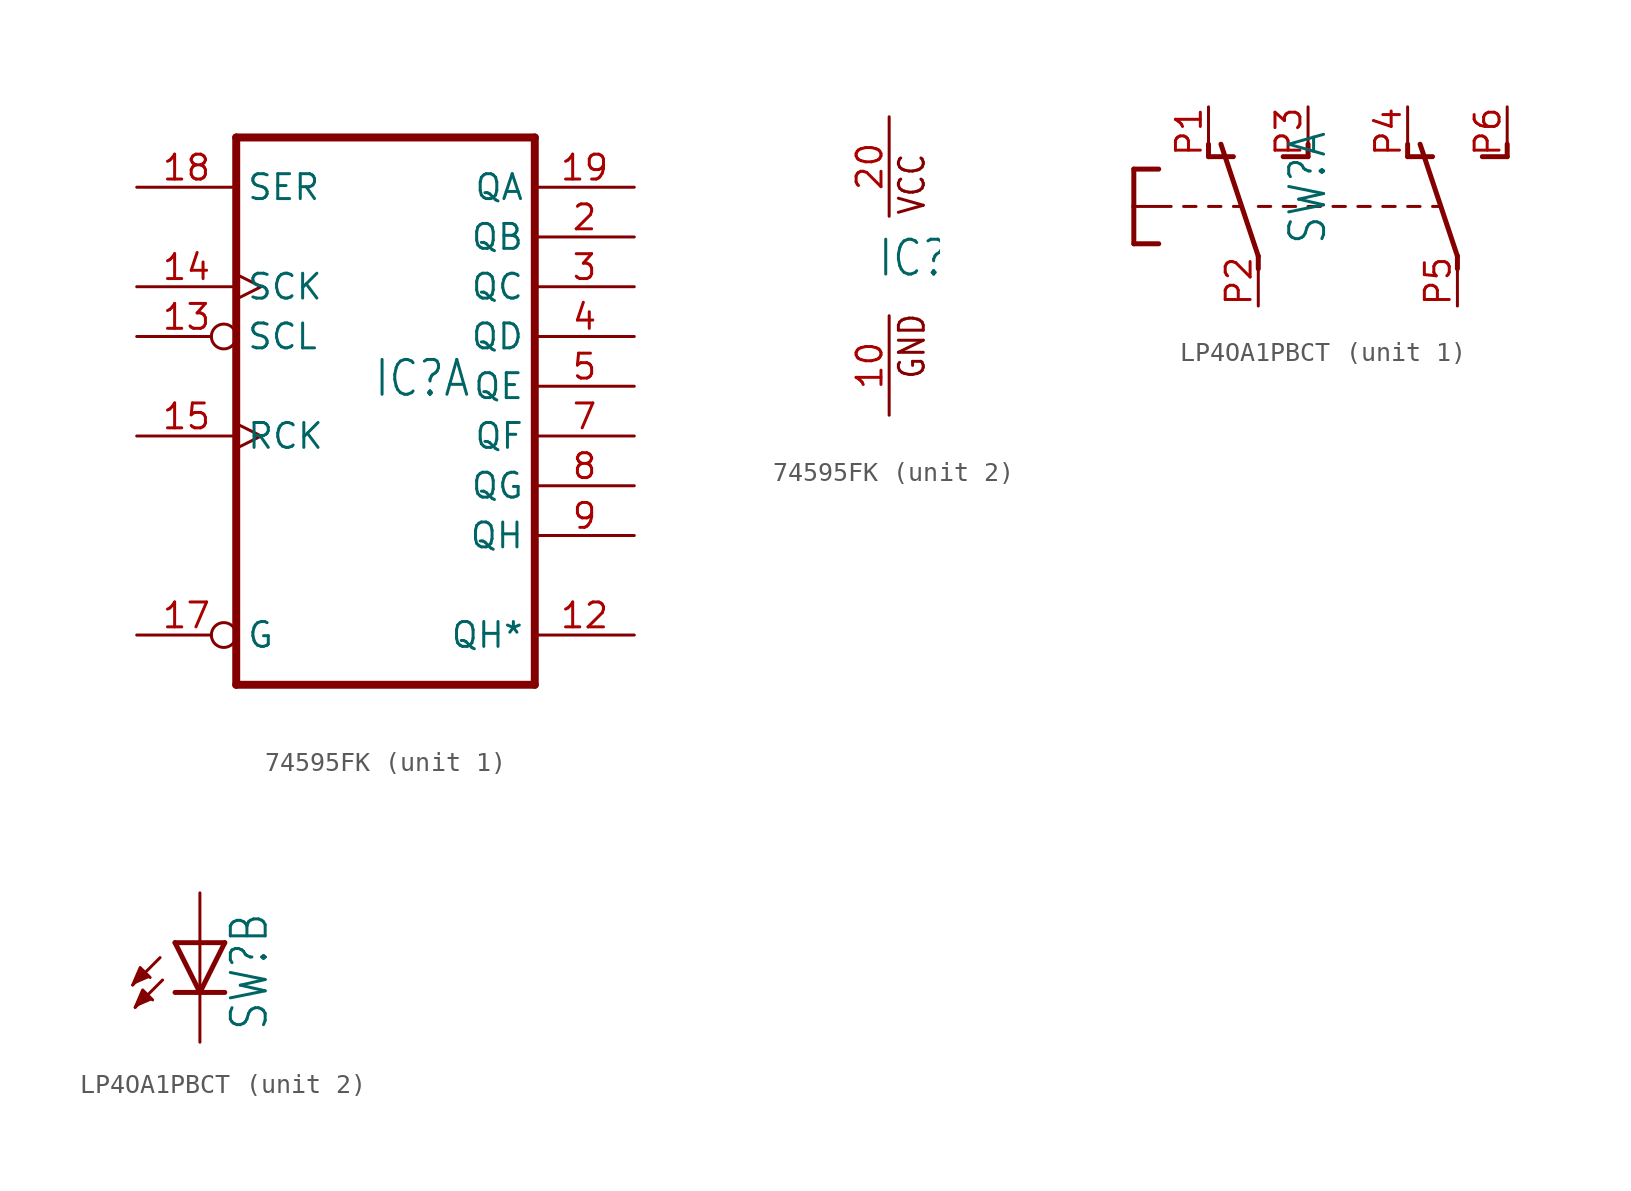
<source format=kicad_sym>
(kicad_symbol_lib
  (version 20231120)
  (generator "kicad_symbol_editor")
  (generator_version "8.0")
  (symbol "74595FK"
    (property "Reference" "IC"
      (at -0.635 -0.635 0)
      (effects (font (size 1.778 1.511)) (justify left bottom)))
    (property "ki_locked" ""
      (at 0 0 0)
      (effects (font (size 1.27 1.27))))
    (symbol "74595FK_1_0"
      (polyline (pts (xy -7.62 -15.24) (xy 7.62 -15.24)) (stroke (width 0.406) (type solid)) (fill (type none)))
      (polyline (pts (xy -7.62 12.7) (xy -7.62 -15.24)) (stroke (width 0.406) (type solid)) (fill (type none)))
      (polyline (pts (xy 7.62 -15.24) (xy 7.62 12.7)) (stroke (width 0.406) (type solid)) (fill (type none)))
      (polyline (pts (xy 7.62 12.7) (xy -7.62 12.7)) (stroke (width 0.406) (type solid)) (fill (type none)))
      (pin tri_state line (at 12.7 -12.7 180) (length 5.08) (name "QH*" (effects (font (size 1.27 1.27)))) (number "12" (effects (font (size 1.27 1.27)))))
      (pin input inverted (at -12.7 2.54 0) (length 5.08) (name "SCL" (effects (font (size 1.27 1.27)))) (number "13" (effects (font (size 1.27 1.27)))))
      (pin input clock (at -12.7 5.08 0) (length 5.08) (name "SCK" (effects (font (size 1.27 1.27)))) (number "14" (effects (font (size 1.27 1.27)))))
      (pin input clock (at -12.7 -2.54 0) (length 5.08) (name "RCK" (effects (font (size 1.27 1.27)))) (number "15" (effects (font (size 1.27 1.27)))))
      (pin input inverted (at -12.7 -12.7 0) (length 5.08) (name "G" (effects (font (size 1.27 1.27)))) (number "17" (effects (font (size 1.27 1.27)))))
      (pin input line (at -12.7 10.16 0) (length 5.08) (name "SER" (effects (font (size 1.27 1.27)))) (number "18" (effects (font (size 1.27 1.27)))))
      (pin tri_state line (at 12.7 10.16 180) (length 5.08) (name "QA" (effects (font (size 1.27 1.27)))) (number "19" (effects (font (size 1.27 1.27)))))
      (pin tri_state line (at 12.7 7.62 180) (length 5.08) (name "QB" (effects (font (size 1.27 1.27)))) (number "2" (effects (font (size 1.27 1.27)))))
      (pin tri_state line (at 12.7 5.08 180) (length 5.08) (name "QC" (effects (font (size 1.27 1.27)))) (number "3" (effects (font (size 1.27 1.27)))))
      (pin tri_state line (at 12.7 2.54 180) (length 5.08) (name "QD" (effects (font (size 1.27 1.27)))) (number "4" (effects (font (size 1.27 1.27)))))
      (pin tri_state line (at 12.7 0 180) (length 5.08) (name "QE" (effects (font (size 1.27 1.27)))) (number "5" (effects (font (size 1.27 1.27)))))
      (pin tri_state line (at 12.7 -2.54 180) (length 5.08) (name "QF" (effects (font (size 1.27 1.27)))) (number "7" (effects (font (size 1.27 1.27)))))
      (pin tri_state line (at 12.7 -5.08 180) (length 5.08) (name "QG" (effects (font (size 1.27 1.27)))) (number "8" (effects (font (size 1.27 1.27)))))
      (pin tri_state line (at 12.7 -7.62 180) (length 5.08) (name "QH" (effects (font (size 1.27 1.27)))) (number "9" (effects (font (size 1.27 1.27))))))
    (symbol "74595FK_2_0"
      (text "GND" (at 1.905 -5.842 900) (effects (font (size 1.27 1.079)) (justify left bottom)))
      (text "VCC" (at 1.905 2.54 900) (effects (font (size 1.27 1.079)) (justify left bottom)))
      (pin power_in line (at 0 -7.62 90) (length 5.08) (name "GND" (effects (font (size 0 0)))) (number "10" (effects (font (size 1.27 1.27)))))
      (pin power_in line (at 0 7.62 270) (length 5.08) (name "VCC" (effects (font (size 0 0)))) (number "20" (effects (font (size 1.27 1.27)))))))
  (symbol "LP4OA1PBCT"
    (property "Reference" "SW"
      (at 3.556 -2.032 90)
      (effects (font (size 1.778 1.511)) (justify left bottom)))
    (property "Value" ""
      (at 5.715 -2.032 90)
      (effects (font (size 1.778 1.511)) (justify left bottom)))
    (property "ki_locked" ""
      (at 0 0 0)
      (effects (font (size 1.27 1.27))))
    (symbol "LP4OA1PBCT_1_0"
      (polyline (pts (xy -6.35 -1.905) (xy -5.08 -1.905)) (stroke (width 0.254) (type solid)) (fill (type none)))
      (polyline (pts (xy -6.35 0) (xy -6.35 -1.905)) (stroke (width 0.254) (type solid)) (fill (type none)))
      (polyline (pts (xy -6.35 0) (xy -4.445 0)) (stroke (width 0.152) (type solid)) (fill (type none)))
      (polyline (pts (xy -6.35 1.905) (xy -6.35 0)) (stroke (width 0.254) (type solid)) (fill (type none)))
      (polyline (pts (xy -6.35 1.905) (xy -5.08 1.905)) (stroke (width 0.254) (type solid)) (fill (type none)))
      (polyline (pts (xy -3.175 0) (xy -3.81 0)) (stroke (width 0.152) (type solid)) (fill (type none)))
      (polyline (pts (xy -2.54 2.54) (xy -2.54 3.175)) (stroke (width 0.254) (type solid)) (fill (type none)))
      (polyline (pts (xy -2.54 2.54) (xy -1.27 2.54)) (stroke (width 0.254) (type solid)) (fill (type none)))
      (polyline (pts (xy -1.905 0) (xy -2.54 0)) (stroke (width 0.152) (type solid)) (fill (type none)))
      (polyline (pts (xy -0.889 0) (xy -1.27 0)) (stroke (width 0.152) (type solid)) (fill (type none)))
      (polyline (pts (xy 0 -3.175) (xy 0 -2.54)) (stroke (width 0.254) (type solid)) (fill (type none)))
      (polyline (pts (xy 0 -2.54) (xy -1.905 3.175)) (stroke (width 0.254) (type solid)) (fill (type none)))
      (polyline (pts (xy 0.635 0) (xy 0 0)) (stroke (width 0.152) (type solid)) (fill (type none)))
      (polyline (pts (xy 1.27 2.54) (xy 2.54 2.54)) (stroke (width 0.254) (type solid)) (fill (type none)))
      (polyline (pts (xy 1.905 0) (xy 1.27 0)) (stroke (width 0.152) (type solid)) (fill (type none)))
      (polyline (pts (xy 2.54 2.54) (xy 2.54 3.175)) (stroke (width 0.254) (type solid)) (fill (type none)))
      (polyline (pts (xy 3.175 0) (xy 2.54 0)) (stroke (width 0.152) (type solid)) (fill (type none)))
      (polyline (pts (xy 4.445 0) (xy 3.81 0)) (stroke (width 0.152) (type solid)) (fill (type none)))
      (polyline (pts (xy 5.715 0) (xy 5.08 0)) (stroke (width 0.152) (type solid)) (fill (type none)))
      (polyline (pts (xy 6.985 0) (xy 6.35 0)) (stroke (width 0.152) (type solid)) (fill (type none)))
      (polyline (pts (xy 7.62 2.54) (xy 7.62 3.175)) (stroke (width 0.254) (type solid)) (fill (type none)))
      (polyline (pts (xy 7.62 2.54) (xy 8.89 2.54)) (stroke (width 0.254) (type solid)) (fill (type none)))
      (polyline (pts (xy 8.255 0) (xy 7.62 0)) (stroke (width 0.152) (type solid)) (fill (type none)))
      (polyline (pts (xy 9.271 0) (xy 8.89 0)) (stroke (width 0.152) (type solid)) (fill (type none)))
      (polyline (pts (xy 10.16 -3.175) (xy 10.16 -2.54)) (stroke (width 0.254) (type solid)) (fill (type none)))
      (polyline (pts (xy 10.16 -2.54) (xy 8.255 3.175)) (stroke (width 0.254) (type solid)) (fill (type none)))
      (polyline (pts (xy 11.43 2.54) (xy 12.7 2.54)) (stroke (width 0.254) (type solid)) (fill (type none)))
      (polyline (pts (xy 12.7 2.54) (xy 12.7 3.175)) (stroke (width 0.254) (type solid)) (fill (type none)))
      (pin passive line (at -2.54 5.08 270) (length 2.54) (name "A1" (effects (font (size 0 0)))) (number "P1" (effects (font (size 1.27 1.27)))))
      (pin passive line (at 0 -5.08 90) (length 2.54) (name "A2" (effects (font (size 0 0)))) (number "P2" (effects (font (size 1.27 1.27)))))
      (pin passive line (at 2.54 5.08 270) (length 2.54) (name "A3" (effects (font (size 0 0)))) (number "P3" (effects (font (size 1.27 1.27)))))
      (pin passive line (at 7.62 5.08 270) (length 2.54) (name "B1" (effects (font (size 0 0)))) (number "P4" (effects (font (size 1.27 1.27)))))
      (pin passive line (at 10.16 -5.08 90) (length 2.54) (name "B2" (effects (font (size 0 0)))) (number "P5" (effects (font (size 1.27 1.27)))))
      (pin passive line (at 12.7 5.08 270) (length 2.54) (name "B3" (effects (font (size 0 0)))) (number "P6" (effects (font (size 1.27 1.27))))))
    (symbol "LP4OA1PBCT_2_0"
      (polyline (pts (xy -2.032 1.778) (xy -3.429 0.381)) (stroke (width 0.152) (type solid)) (fill (type none)))
      (polyline (pts (xy -1.905 0.635) (xy -3.302 -0.762)) (stroke (width 0.152) (type solid)) (fill (type none)))
      (polyline (pts (xy 0 0) (xy -1.27 0)) (stroke (width 0.254) (type solid)) (fill (type none)))
      (polyline (pts (xy 0 0) (xy -1.27 2.54)) (stroke (width 0.254) (type solid)) (fill (type none)))
      (polyline (pts (xy 0 2.54) (xy -1.27 2.54)) (stroke (width 0.254) (type solid)) (fill (type none)))
      (polyline (pts (xy 0 2.54) (xy 0 0)) (stroke (width 0.152) (type solid)) (fill (type none)))
      (polyline (pts (xy 1.27 0) (xy 0 0)) (stroke (width 0.254) (type solid)) (fill (type none)))
      (polyline (pts (xy 1.27 2.54) (xy 0 0)) (stroke (width 0.254) (type solid)) (fill (type none)))
      (polyline (pts (xy 1.27 2.54) (xy 0 2.54)) (stroke (width 0.254) (type solid)) (fill (type none)))
      (polyline (pts (xy -3.429 0.381) (xy -3.048 1.27) (xy -2.54 0.762)) (stroke (width 0.152) (type solid)) (fill (type outline)))
      (polyline (pts (xy -3.302 -0.762) (xy -2.921 0.127) (xy -2.413 -0.381)) (stroke (width 0.152) (type solid)) (fill (type outline)))
      (pin passive line (at 0 5.08 270) (length 2.54) (name "L1" (effects (font (size 0 0)))) (number "L1" (effects (font (size 0 0)))))
      (pin passive line (at 0 -2.54 90) (length 2.54) (name "L2" (effects (font (size 0 0)))) (number "L2" (effects (font (size 0 0))))))))
</source>
